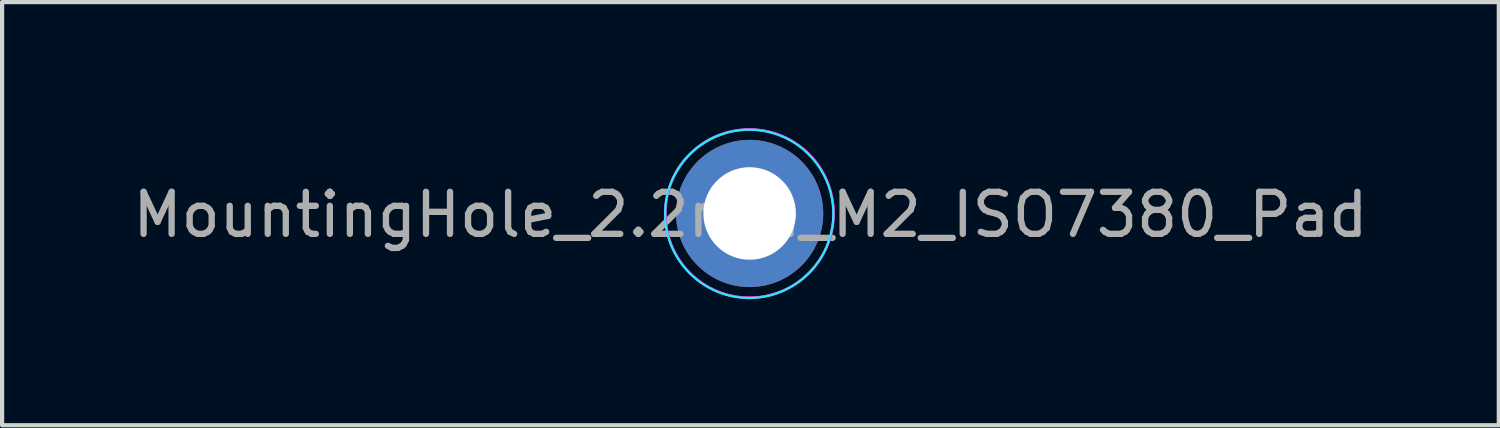
<source format=kicad_pcb>
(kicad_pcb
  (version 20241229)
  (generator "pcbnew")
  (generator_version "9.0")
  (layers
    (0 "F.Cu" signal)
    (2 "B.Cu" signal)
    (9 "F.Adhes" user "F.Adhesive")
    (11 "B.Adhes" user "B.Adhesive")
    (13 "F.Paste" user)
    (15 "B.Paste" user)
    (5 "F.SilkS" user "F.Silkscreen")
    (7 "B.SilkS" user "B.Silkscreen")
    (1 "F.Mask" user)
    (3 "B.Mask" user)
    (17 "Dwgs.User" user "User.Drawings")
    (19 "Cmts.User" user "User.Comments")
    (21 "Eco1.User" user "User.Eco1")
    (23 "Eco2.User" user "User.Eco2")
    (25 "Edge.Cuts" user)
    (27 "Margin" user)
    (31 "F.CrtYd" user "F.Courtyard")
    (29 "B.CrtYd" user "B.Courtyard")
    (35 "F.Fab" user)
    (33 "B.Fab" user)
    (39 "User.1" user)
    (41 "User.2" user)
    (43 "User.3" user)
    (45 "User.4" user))
  (footprint "MountingHole_2.2mm_M2_ISO7380_Pad"
    (layer "F.Cu")
    (at 14.772 2.025)
    (property "Reference" "MountingHole_2.2mm_M2_ISO7380_Pad" (at 0.02 0.03 0) (layer "F.Fab") (effects (font (size 1 1) (thickness 0.15))))
    (attr exclude_from_pos_files exclude_from_bom)
    (fp_circle (center -0.01 0.01) (end 1.99 0.01) (stroke (width 0.05) (type solid)) (fill no) (layer "B.CrtYd"))
    (fp_circle (center 0 0) (end 2 0) (stroke (width 0.05) (type solid)) (fill no) (layer "F.CrtYd"))
    (fp_circle (center 0 0.01) (end 2 0.01) (stroke (width 0.05) (type solid)) (fill no) (layer "B.Fab"))
    (fp_circle (center -0.01 0) (end 1.99 0) (stroke (width 0.05) (type solid)) (fill no) (layer "F.Fab"))
    (pad "1" thru_hole circle (at 0 0) (size 3.5 3.5) (drill 2.2) (layers "*.Cu" "*.Mask")))
  (gr_rect
    (start -3 -3)
    (end 32.583 7.06)
    (stroke (width 0.1) (type default))
    (fill no)
    (layer "Edge.Cuts")))
</source>
